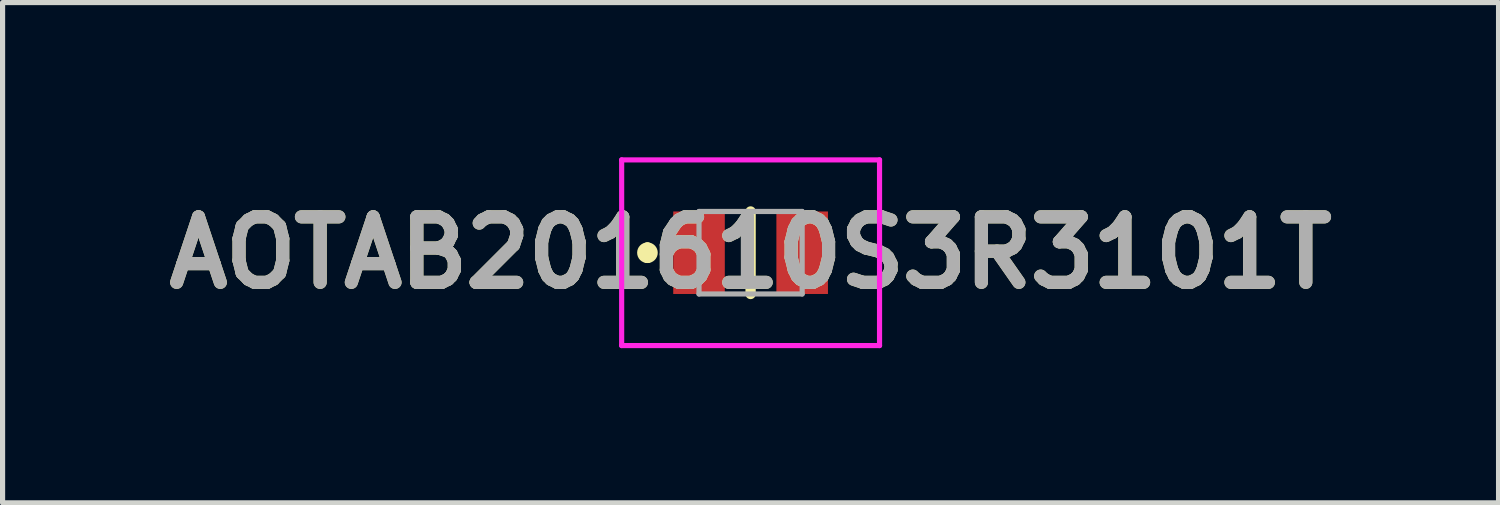
<source format=kicad_pcb>
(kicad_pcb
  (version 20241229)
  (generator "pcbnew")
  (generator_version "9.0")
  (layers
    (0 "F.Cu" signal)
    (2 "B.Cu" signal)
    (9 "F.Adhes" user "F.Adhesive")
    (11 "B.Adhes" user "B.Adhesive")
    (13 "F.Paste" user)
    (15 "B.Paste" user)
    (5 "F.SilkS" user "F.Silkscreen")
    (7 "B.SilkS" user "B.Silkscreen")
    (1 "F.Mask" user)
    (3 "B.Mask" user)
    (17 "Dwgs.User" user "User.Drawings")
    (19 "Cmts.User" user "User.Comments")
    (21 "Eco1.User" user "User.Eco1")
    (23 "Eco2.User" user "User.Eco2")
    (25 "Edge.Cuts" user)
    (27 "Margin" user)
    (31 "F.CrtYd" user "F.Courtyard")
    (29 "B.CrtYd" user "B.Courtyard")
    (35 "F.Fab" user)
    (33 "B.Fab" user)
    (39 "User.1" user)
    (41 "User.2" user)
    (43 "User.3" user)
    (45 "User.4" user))
  (footprint "AOTAB201610S3R3101T"
    (layer "F.Cu")
    (at 11.503 1.85)
    (property "Reference" "AOTAB201610S3R3101T" (at 0 0 0) (layer "F.SilkS") (effects (font (size 1.27 1.27) (thickness 0.254))))
    (attr smd)
    (fp_line (start -2 -0.1) (end -2 -0.1) (stroke (width 0.2) (type solid)) (layer "F.SilkS"))
    (fp_line (start -2 0.1) (end -2 0.1) (stroke (width 0.2) (type solid)) (layer "F.SilkS"))
    (fp_line (start 0 -0.8) (end 0 0.8) (stroke (width 0.2) (type solid)) (layer "F.SilkS"))
    (fp_arc (start -2 -0.1) (mid -1.9 0) (end -2 0.1) (stroke (width 0.2) (type solid)) (layer "F.SilkS"))
    (fp_arc (start -2 0.1) (mid -2.1 0) (end -2 -0.1) (stroke (width 0.2) (type solid)) (layer "F.SilkS"))
    (fp_line (start -2.5 -1.8) (end 2.5 -1.8) (stroke (width 0.1) (type solid)) (layer "F.CrtYd"))
    (fp_line (start -2.5 1.8) (end -2.5 -1.8) (stroke (width 0.1) (type solid)) (layer "F.CrtYd"))
    (fp_line (start 2.5 -1.8) (end 2.5 1.8) (stroke (width 0.1) (type solid)) (layer "F.CrtYd"))
    (fp_line (start 2.5 1.8) (end -2.5 1.8) (stroke (width 0.1) (type solid)) (layer "F.CrtYd"))
    (fp_line (start -1 -0.8) (end 1 -0.8) (stroke (width 0.1) (type solid)) (layer "F.Fab"))
    (fp_line (start -1 0.8) (end -1 -0.8) (stroke (width 0.1) (type solid)) (layer "F.Fab"))
    (fp_line (start 1 -0.8) (end 1 0.8) (stroke (width 0.1) (type solid)) (layer "F.Fab"))
    (fp_line (start 1 0.8) (end -1 0.8) (stroke (width 0.1) (type solid)) (layer "F.Fab"))
    (fp_text user "${REFERENCE}" (at 0 0 0) (layer "F.Fab") (effects (font (size 1.27 1.27) (thickness 0.254))))
    (pad "1" smd rect (at -1 0) (size 1 1.6) (layers "F.Cu" "F.Mask" "F.Paste"))
    (pad "2" smd rect (at 1 0) (size 1 1.6) (layers "F.Cu" "F.Mask" "F.Paste")))
  (gr_rect
    (start -3 -3)
    (end 26.005 6.7)
    (stroke (width 0.1) (type default))
    (fill no)
    (layer "Edge.Cuts")))
</source>
